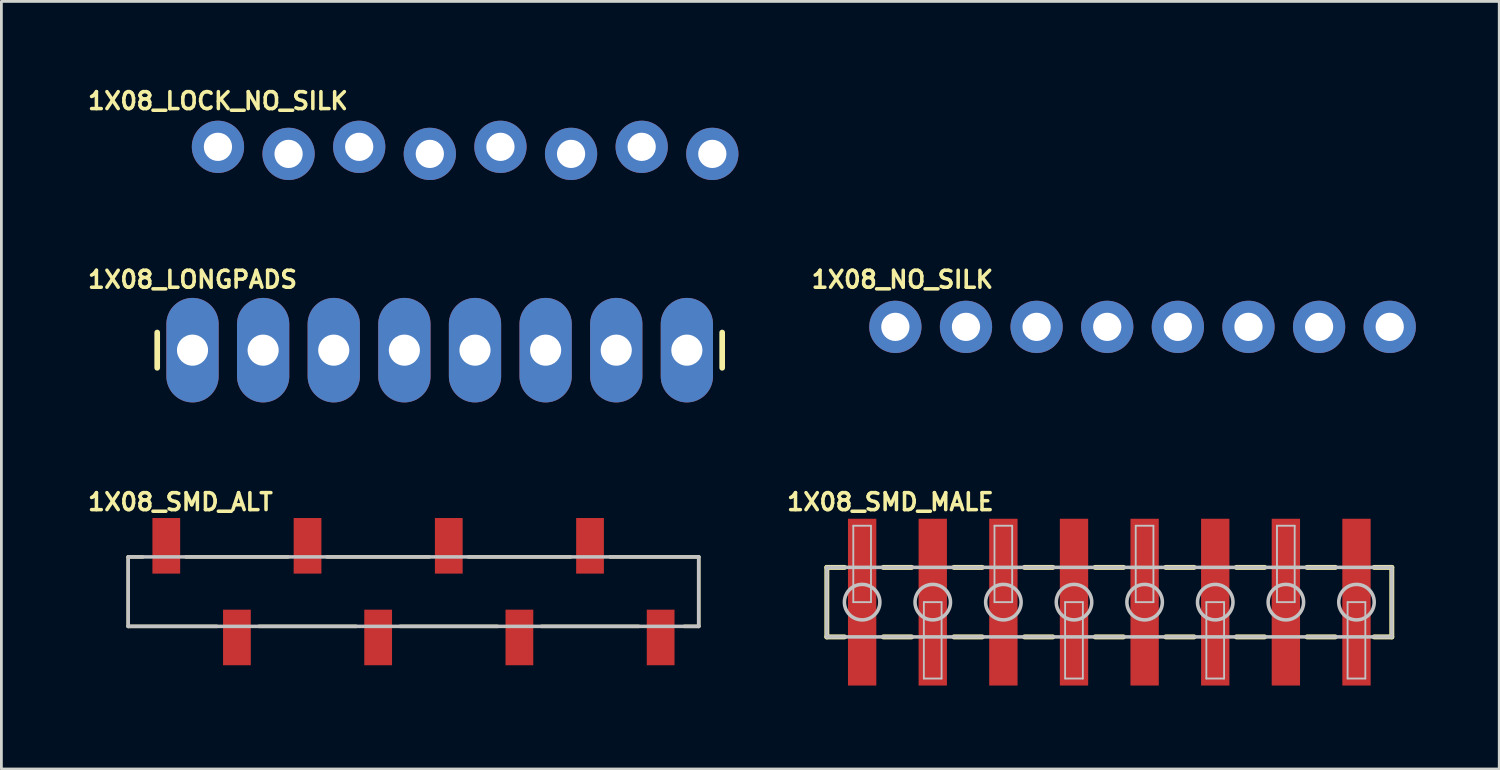
<source format=kicad_pcb>
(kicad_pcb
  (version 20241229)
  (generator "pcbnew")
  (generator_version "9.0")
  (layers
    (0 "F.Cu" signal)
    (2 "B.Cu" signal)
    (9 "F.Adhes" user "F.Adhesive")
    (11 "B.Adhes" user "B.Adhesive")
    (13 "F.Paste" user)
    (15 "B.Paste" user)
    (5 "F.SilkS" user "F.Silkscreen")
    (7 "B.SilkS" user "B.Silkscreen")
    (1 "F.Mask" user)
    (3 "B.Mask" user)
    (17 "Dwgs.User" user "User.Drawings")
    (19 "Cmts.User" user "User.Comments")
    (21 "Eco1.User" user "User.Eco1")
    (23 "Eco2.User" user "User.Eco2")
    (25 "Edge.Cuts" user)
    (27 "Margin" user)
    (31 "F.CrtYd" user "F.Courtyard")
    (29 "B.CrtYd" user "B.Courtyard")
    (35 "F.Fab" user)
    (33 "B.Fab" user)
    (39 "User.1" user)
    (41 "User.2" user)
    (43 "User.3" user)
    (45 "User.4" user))
  (footprint "1X08_SMD_ALT"
    (layer "F.Cu")
    (at 20.711 18.229)
    (property "Reference" "1X08_SMD_ALT" (at -17.272 -3.226 0) (layer "F.SilkS") (effects (font (size 0.61 0.61) (thickness 0.127))))
    (attr smd)
    (fp_line (start -19.149 -1.25) (end -19.149 1.25) (stroke (width 0.127) (type solid)) (layer "F.SilkS"))
    (fp_line (start -19.149 1.25) (end -15.961 1.25) (stroke (width 0.127) (type solid)) (layer "F.SilkS"))
    (fp_line (start -18.628 -1.25) (end -19.149 -1.25) (stroke (width 0.127) (type solid)) (layer "F.SilkS"))
    (fp_line (start -14.45 1.25) (end -10.947 1.25) (stroke (width 0.127) (type solid)) (layer "F.SilkS"))
    (fp_line (start -13.401 -1.25) (end -17.076 -1.25) (stroke (width 0.127) (type solid)) (layer "F.SilkS"))
    (fp_line (start -9.37 1.25) (end -5.867 1.25) (stroke (width 0.127) (type solid)) (layer "F.SilkS"))
    (fp_line (start -8.321 -1.25) (end -11.996 -1.25) (stroke (width 0.127) (type solid)) (layer "F.SilkS"))
    (fp_line (start -4.29 1.25) (end -0.787 1.25) (stroke (width 0.127) (type solid)) (layer "F.SilkS"))
    (fp_line (start -3.241 -1.25) (end -6.916 -1.25) (stroke (width 0.127) (type solid)) (layer "F.SilkS"))
    (fp_line (start 0.848 1.25) (end 1.369 1.25) (stroke (width 0.127) (type solid)) (layer "F.SilkS"))
    (fp_line (start 1.369 -1.25) (end -1.816 -1.25) (stroke (width 0.127) (type solid)) (layer "F.SilkS"))
    (fp_line (start 1.369 1.25) (end 1.369 -1.25) (stroke (width 0.127) (type solid)) (layer "F.SilkS"))
    (fp_line (start -19.149 -1.25) (end -19.149 1.25) (stroke (width 0.127) (type solid)) (layer "Dwgs.User"))
    (fp_line (start -19.149 1.25) (end 1.369 1.25) (stroke (width 0.127) (type solid)) (layer "Dwgs.User"))
    (fp_line (start 1.369 -1.25) (end -19.149 -1.25) (stroke (width 0.127) (type solid)) (layer "Dwgs.User"))
    (fp_line (start 1.369 1.25) (end 1.369 -1.25) (stroke (width 0.127) (type solid)) (layer "Dwgs.User"))
    (pad "1" smd rect (at 0 1.648 270) (size 1.999 0.998) (layers "F.Cu" "F.Mask" "F.Paste"))
    (pad "2" smd rect (at -2.54 -1.648 270) (size 1.999 0.998) (layers "F.Cu" "F.Mask" "F.Paste"))
    (pad "3" smd rect (at -5.08 1.648 270) (size 1.999 0.998) (layers "F.Cu" "F.Mask" "F.Paste"))
    (pad "4" smd rect (at -7.62 -1.648 270) (size 1.999 0.998) (layers "F.Cu" "F.Mask" "F.Paste"))
    (pad "5" smd rect (at -10.16 1.648 270) (size 1.999 0.998) (layers "F.Cu" "F.Mask" "F.Paste"))
    (pad "6" smd rect (at -12.7 -1.648 270) (size 1.999 0.998) (layers "F.Cu" "F.Mask" "F.Paste"))
    (pad "7" smd rect (at -15.24 1.648 270) (size 1.999 0.998) (layers "F.Cu" "F.Mask" "F.Paste"))
    (pad "8" smd rect (at -17.78 -1.648 270) (size 1.999 0.998) (layers "F.Cu" "F.Mask" "F.Paste")))
  (footprint "1X08_LOCK_NO_SILK"
    (layer "F.Cu")
    (at 4.789 2.358)
    (property "Reference" "1X08_LOCK_NO_SILK" (at 0 -1.778 0) (layer "F.SilkS") (effects (font (size 0.61 0.61) (thickness 0.127))))
    (attr exclude_from_pos_files exclude_from_bom)
    (pad "1" thru_hole circle (at 0 -0.127) (size 1.88 1.88) (drill 1.016) (layers "*.Cu" "*.Paste" "*.Mask"))
    (pad "2" thru_hole circle (at 2.54 0.127) (size 1.88 1.88) (drill 1.016) (layers "*.Cu" "*.Paste" "*.Mask"))
    (pad "3" thru_hole circle (at 5.08 -0.127) (size 1.88 1.88) (drill 1.016) (layers "*.Cu" "*.Paste" "*.Mask"))
    (pad "4" thru_hole circle (at 7.62 0.127) (size 1.88 1.88) (drill 1.016) (layers "*.Cu" "*.Paste" "*.Mask"))
    (pad "5" thru_hole circle (at 10.16 -0.127) (size 1.88 1.88) (drill 1.016) (layers "*.Cu" "*.Paste" "*.Mask"))
    (pad "6" thru_hole circle (at 12.7 0.127) (size 1.88 1.88) (drill 1.016) (layers "*.Cu" "*.Paste" "*.Mask"))
    (pad "7" thru_hole circle (at 15.24 -0.127) (size 1.88 1.88) (drill 1.016) (layers "*.Cu" "*.Paste" "*.Mask"))
    (pad "8" thru_hole circle (at 17.78 0.127) (size 1.88 1.88) (drill 1.016) (layers "*.Cu" "*.Paste" "*.Mask")))
  (footprint "1X08_NO_SILK"
    (layer "F.Cu")
    (at 29.153 8.706)
    (property "Reference" "1X08_NO_SILK" (at 0.254 -1.702 0) (layer "F.SilkS") (effects (font (size 0.61 0.61) (thickness 0.127))))
    (attr exclude_from_pos_files exclude_from_bom)
    (fp_line (start -0.254 -0.254) (end 0.254 -0.254) (stroke (width 0.066) (type solid)) (layer "Dwgs.User"))
    (fp_line (start -0.254 0.254) (end -0.254 -0.254) (stroke (width 0.066) (type solid)) (layer "Dwgs.User"))
    (fp_line (start -0.254 0.254) (end 0.254 0.254) (stroke (width 0.066) (type solid)) (layer "Dwgs.User"))
    (fp_line (start 0.254 0.254) (end 0.254 -0.254) (stroke (width 0.066) (type solid)) (layer "Dwgs.User"))
    (fp_line (start 2.286 -0.254) (end 2.794 -0.254) (stroke (width 0.066) (type solid)) (layer "Dwgs.User"))
    (fp_line (start 2.286 0.254) (end 2.286 -0.254) (stroke (width 0.066) (type solid)) (layer "Dwgs.User"))
    (fp_line (start 2.286 0.254) (end 2.794 0.254) (stroke (width 0.066) (type solid)) (layer "Dwgs.User"))
    (fp_line (start 2.794 0.254) (end 2.794 -0.254) (stroke (width 0.066) (type solid)) (layer "Dwgs.User"))
    (fp_line (start 4.826 -0.254) (end 5.334 -0.254) (stroke (width 0.066) (type solid)) (layer "Dwgs.User"))
    (fp_line (start 4.826 0.254) (end 4.826 -0.254) (stroke (width 0.066) (type solid)) (layer "Dwgs.User"))
    (fp_line (start 4.826 0.254) (end 5.334 0.254) (stroke (width 0.066) (type solid)) (layer "Dwgs.User"))
    (fp_line (start 5.334 0.254) (end 5.334 -0.254) (stroke (width 0.066) (type solid)) (layer "Dwgs.User"))
    (fp_line (start 7.366 -0.254) (end 7.874 -0.254) (stroke (width 0.066) (type solid)) (layer "Dwgs.User"))
    (fp_line (start 7.366 0.254) (end 7.366 -0.254) (stroke (width 0.066) (type solid)) (layer "Dwgs.User"))
    (fp_line (start 7.366 0.254) (end 7.874 0.254) (stroke (width 0.066) (type solid)) (layer "Dwgs.User"))
    (fp_line (start 7.874 0.254) (end 7.874 -0.254) (stroke (width 0.066) (type solid)) (layer "Dwgs.User"))
    (fp_line (start 9.906 -0.254) (end 10.414 -0.254) (stroke (width 0.066) (type solid)) (layer "Dwgs.User"))
    (fp_line (start 9.906 0.254) (end 9.906 -0.254) (stroke (width 0.066) (type solid)) (layer "Dwgs.User"))
    (fp_line (start 9.906 0.254) (end 10.414 0.254) (stroke (width 0.066) (type solid)) (layer "Dwgs.User"))
    (fp_line (start 10.414 0.254) (end 10.414 -0.254) (stroke (width 0.066) (type solid)) (layer "Dwgs.User"))
    (fp_line (start 12.446 -0.254) (end 12.954 -0.254) (stroke (width 0.066) (type solid)) (layer "Dwgs.User"))
    (fp_line (start 12.446 0.254) (end 12.446 -0.254) (stroke (width 0.066) (type solid)) (layer "Dwgs.User"))
    (fp_line (start 12.446 0.254) (end 12.954 0.254) (stroke (width 0.066) (type solid)) (layer "Dwgs.User"))
    (fp_line (start 12.954 0.254) (end 12.954 -0.254) (stroke (width 0.066) (type solid)) (layer "Dwgs.User"))
    (fp_line (start 14.986 -0.254) (end 15.494 -0.254) (stroke (width 0.066) (type solid)) (layer "Dwgs.User"))
    (fp_line (start 14.986 0.254) (end 14.986 -0.254) (stroke (width 0.066) (type solid)) (layer "Dwgs.User"))
    (fp_line (start 14.986 0.254) (end 15.494 0.254) (stroke (width 0.066) (type solid)) (layer "Dwgs.User"))
    (fp_line (start 15.494 0.254) (end 15.494 -0.254) (stroke (width 0.066) (type solid)) (layer "Dwgs.User"))
    (fp_line (start 17.523 -0.254) (end 18.034 -0.254) (stroke (width 0.066) (type solid)) (layer "Dwgs.User"))
    (fp_line (start 17.523 0.254) (end 17.523 -0.254) (stroke (width 0.066) (type solid)) (layer "Dwgs.User"))
    (fp_line (start 17.523 0.254) (end 18.034 0.254) (stroke (width 0.066) (type solid)) (layer "Dwgs.User"))
    (fp_line (start 18.034 0.254) (end 18.034 -0.254) (stroke (width 0.066) (type solid)) (layer "Dwgs.User"))
    (pad "1" thru_hole circle (at 0 0) (size 1.88 1.88) (drill 1.016) (layers "*.Cu" "*.Paste" "*.Mask"))
    (pad "2" thru_hole circle (at 2.54 0) (size 1.88 1.88) (drill 1.016) (layers "*.Cu" "*.Paste" "*.Mask"))
    (pad "3" thru_hole circle (at 5.08 0) (size 1.88 1.88) (drill 1.016) (layers "*.Cu" "*.Paste" "*.Mask"))
    (pad "4" thru_hole circle (at 7.62 0) (size 1.88 1.88) (drill 1.016) (layers "*.Cu" "*.Paste" "*.Mask"))
    (pad "5" thru_hole circle (at 10.16 0) (size 1.88 1.88) (drill 1.016) (layers "*.Cu" "*.Paste" "*.Mask"))
    (pad "6" thru_hole circle (at 12.7 0) (size 1.88 1.88) (drill 1.016) (layers "*.Cu" "*.Paste" "*.Mask"))
    (pad "7" thru_hole circle (at 15.24 0) (size 1.88 1.88) (drill 1.016) (layers "*.Cu" "*.Paste" "*.Mask"))
    (pad "8" thru_hole circle (at 17.78 0) (size 1.88 1.88) (drill 1.016) (layers "*.Cu" "*.Paste" "*.Mask")))
  (footprint "1X08_SMD_MALE"
    (layer "F.Cu")
    (at 27.958 18.607)
    (property "Reference" "1X08_SMD_MALE" (at 1.016 -3.604 0) (layer "F.SilkS") (effects (font (size 0.61 0.61) (thickness 0.127))))
    (attr smd)
    (fp_line (start -1.27 -1.25) (end -1.27 1.25) (stroke (width 0.178) (type solid)) (layer "F.SilkS"))
    (fp_line (start -1.27 -1.25) (end -0.635 -1.25) (stroke (width 0.178) (type solid)) (layer "F.SilkS"))
    (fp_line (start -1.27 1.25) (end -0.635 1.25) (stroke (width 0.178) (type solid)) (layer "F.SilkS"))
    (fp_line (start 0.762 -1.25) (end 1.778 -1.25) (stroke (width 0.178) (type solid)) (layer "F.SilkS"))
    (fp_line (start 1.778 1.25) (end 0.762 1.25) (stroke (width 0.178) (type solid)) (layer "F.SilkS"))
    (fp_line (start 3.302 -1.25) (end 4.318 -1.25) (stroke (width 0.178) (type solid)) (layer "F.SilkS"))
    (fp_line (start 4.318 1.25) (end 3.302 1.25) (stroke (width 0.178) (type solid)) (layer "F.SilkS"))
    (fp_line (start 5.842 -1.25) (end 6.858 -1.25) (stroke (width 0.178) (type solid)) (layer "F.SilkS"))
    (fp_line (start 6.858 1.25) (end 5.842 1.25) (stroke (width 0.178) (type solid)) (layer "F.SilkS"))
    (fp_line (start 8.382 -1.25) (end 9.398 -1.25) (stroke (width 0.178) (type solid)) (layer "F.SilkS"))
    (fp_line (start 9.398 1.25) (end 8.382 1.25) (stroke (width 0.178) (type solid)) (layer "F.SilkS"))
    (fp_line (start 10.922 -1.25) (end 11.938 -1.25) (stroke (width 0.178) (type solid)) (layer "F.SilkS"))
    (fp_line (start 11.938 1.25) (end 10.922 1.25) (stroke (width 0.178) (type solid)) (layer "F.SilkS"))
    (fp_line (start 13.462 -1.25) (end 14.475 -1.25) (stroke (width 0.178) (type solid)) (layer "F.SilkS"))
    (fp_line (start 14.475 1.25) (end 13.462 1.25) (stroke (width 0.178) (type solid)) (layer "F.SilkS"))
    (fp_line (start 16.002 -1.25) (end 17.018 -1.25) (stroke (width 0.178) (type solid)) (layer "F.SilkS"))
    (fp_line (start 17.018 1.25) (end 16.002 1.25) (stroke (width 0.178) (type solid)) (layer "F.SilkS"))
    (fp_line (start 19.05 -1.25) (end 18.415 -1.25) (stroke (width 0.178) (type solid)) (layer "F.SilkS"))
    (fp_line (start 19.05 1.25) (end 18.415 1.25) (stroke (width 0.178) (type solid)) (layer "F.SilkS"))
    (fp_line (start 19.05 1.25) (end 19.05 -1.25) (stroke (width 0.178) (type solid)) (layer "F.SilkS"))
    (fp_line (start -1.27 -1.25) (end -1.27 1.25) (stroke (width 0.127) (type solid)) (layer "Dwgs.User"))
    (fp_line (start -1.27 1.25) (end 19.05 1.25) (stroke (width 0.127) (type solid)) (layer "Dwgs.User"))
    (fp_line (start -0.318 -2.748) (end 0.318 -2.748) (stroke (width 0.066) (type solid)) (layer "Dwgs.User"))
    (fp_line (start -0.318 0) (end -0.318 -2.748) (stroke (width 0.066) (type solid)) (layer "Dwgs.User"))
    (fp_line (start -0.318 0) (end 0.318 0) (stroke (width 0.066) (type solid)) (layer "Dwgs.User"))
    (fp_line (start 0.318 0) (end 0.318 -2.748) (stroke (width 0.066) (type solid)) (layer "Dwgs.User"))
    (fp_line (start 2.22 0) (end 2.857 0) (stroke (width 0.066) (type solid)) (layer "Dwgs.User"))
    (fp_line (start 2.22 2.748) (end 2.22 0) (stroke (width 0.066) (type solid)) (layer "Dwgs.User"))
    (fp_line (start 2.22 2.748) (end 2.857 2.748) (stroke (width 0.066) (type solid)) (layer "Dwgs.User"))
    (fp_line (start 2.857 2.748) (end 2.857 0) (stroke (width 0.066) (type solid)) (layer "Dwgs.User"))
    (fp_line (start 4.76 -2.748) (end 5.397 -2.748) (stroke (width 0.066) (type solid)) (layer "Dwgs.User"))
    (fp_line (start 4.76 0) (end 4.76 -2.748) (stroke (width 0.066) (type solid)) (layer "Dwgs.User"))
    (fp_line (start 4.76 0) (end 5.397 0) (stroke (width 0.066) (type solid)) (layer "Dwgs.User"))
    (fp_line (start 5.397 0) (end 5.397 -2.748) (stroke (width 0.066) (type solid)) (layer "Dwgs.User"))
    (fp_line (start 7.3 0) (end 7.938 0) (stroke (width 0.066) (type solid)) (layer "Dwgs.User"))
    (fp_line (start 7.3 2.748) (end 7.3 0) (stroke (width 0.066) (type solid)) (layer "Dwgs.User"))
    (fp_line (start 7.3 2.748) (end 7.938 2.748) (stroke (width 0.066) (type solid)) (layer "Dwgs.User"))
    (fp_line (start 7.938 2.748) (end 7.938 0) (stroke (width 0.066) (type solid)) (layer "Dwgs.User"))
    (fp_line (start 9.84 -2.748) (end 10.477 -2.748) (stroke (width 0.066) (type solid)) (layer "Dwgs.User"))
    (fp_line (start 9.84 0) (end 9.84 -2.748) (stroke (width 0.066) (type solid)) (layer "Dwgs.User"))
    (fp_line (start 9.84 0) (end 10.477 0) (stroke (width 0.066) (type solid)) (layer "Dwgs.User"))
    (fp_line (start 10.477 0) (end 10.477 -2.748) (stroke (width 0.066) (type solid)) (layer "Dwgs.User"))
    (fp_line (start 12.38 0) (end 13.018 0) (stroke (width 0.066) (type solid)) (layer "Dwgs.User"))
    (fp_line (start 12.38 2.748) (end 12.38 0) (stroke (width 0.066) (type solid)) (layer "Dwgs.User"))
    (fp_line (start 12.38 2.748) (end 13.018 2.748) (stroke (width 0.066) (type solid)) (layer "Dwgs.User"))
    (fp_line (start 13.018 2.748) (end 13.018 0) (stroke (width 0.066) (type solid)) (layer "Dwgs.User"))
    (fp_line (start 14.92 -2.748) (end 15.557 -2.748) (stroke (width 0.066) (type solid)) (layer "Dwgs.User"))
    (fp_line (start 14.92 0) (end 14.92 -2.748) (stroke (width 0.066) (type solid)) (layer "Dwgs.User"))
    (fp_line (start 14.92 0) (end 15.557 0) (stroke (width 0.066) (type solid)) (layer "Dwgs.User"))
    (fp_line (start 15.557 0) (end 15.557 -2.748) (stroke (width 0.066) (type solid)) (layer "Dwgs.User"))
    (fp_line (start 17.46 0) (end 18.098 0) (stroke (width 0.066) (type solid)) (layer "Dwgs.User"))
    (fp_line (start 17.46 2.748) (end 17.46 0) (stroke (width 0.066) (type solid)) (layer "Dwgs.User"))
    (fp_line (start 17.46 2.748) (end 18.098 2.748) (stroke (width 0.066) (type solid)) (layer "Dwgs.User"))
    (fp_line (start 18.098 2.748) (end 18.098 0) (stroke (width 0.066) (type solid)) (layer "Dwgs.User"))
    (fp_line (start 19.05 -1.25) (end -1.27 -1.25) (stroke (width 0.127) (type solid)) (layer "Dwgs.User"))
    (fp_line (start 19.05 1.25) (end 19.05 -1.25) (stroke (width 0.127) (type solid)) (layer "Dwgs.User"))
    (fp_circle (center 0 0) (end 0 -0.638) (stroke (width 0.127) (type solid)) (fill no) (layer "Dwgs.User"))
    (fp_circle (center 2.54 0) (end 2.54 -0.638) (stroke (width 0.127) (type solid)) (fill no) (layer "Dwgs.User"))
    (fp_circle (center 5.08 0) (end 5.08 -0.638) (stroke (width 0.127) (type solid)) (fill no) (layer "Dwgs.User"))
    (fp_circle (center 7.62 0) (end 7.62 -0.638) (stroke (width 0.127) (type solid)) (fill no) (layer "Dwgs.User"))
    (fp_circle (center 10.16 0) (end 10.16 -0.638) (stroke (width 0.127) (type solid)) (fill no) (layer "Dwgs.User"))
    (fp_circle (center 12.7 0) (end 12.7 -0.638) (stroke (width 0.127) (type solid)) (fill no) (layer "Dwgs.User"))
    (fp_circle (center 15.24 0) (end 15.24 -0.638) (stroke (width 0.127) (type solid)) (fill no) (layer "Dwgs.User"))
    (fp_circle (center 17.78 0) (end 17.78 -0.638) (stroke (width 0.127) (type solid)) (fill no) (layer "Dwgs.User"))
    (pad "1" smd rect (at 0 0) (size 1.019 5.999) (layers "F.Cu" "F.Mask" "F.Paste"))
    (pad "2" smd rect (at 2.54 0) (size 1.019 5.999) (layers "F.Cu" "F.Mask" "F.Paste"))
    (pad "3" smd rect (at 5.08 0) (size 1.019 5.999) (layers "F.Cu" "F.Mask" "F.Paste"))
    (pad "4" smd rect (at 7.62 0) (size 1.019 5.999) (layers "F.Cu" "F.Mask" "F.Paste"))
    (pad "5" smd rect (at 10.16 0) (size 1.019 5.999) (layers "F.Cu" "F.Mask" "F.Paste"))
    (pad "6" smd rect (at 12.7 0) (size 1.019 5.999) (layers "F.Cu" "F.Mask" "F.Paste"))
    (pad "7" smd rect (at 15.24 0) (size 1.019 5.999) (layers "F.Cu" "F.Mask" "F.Paste"))
    (pad "8" smd rect (at 17.78 0) (size 1.019 5.999) (layers "F.Cu" "F.Mask" "F.Paste")))
  (footprint "1X08_LONGPADS"
    (layer "F.Cu")
    (at 3.874 9.544)
    (property "Reference" "1X08_LONGPADS" (at 0 -2.54 0) (layer "F.SilkS") (effects (font (size 0.61 0.61) (thickness 0.127))))
    (attr exclude_from_pos_files exclude_from_bom)
    (fp_line (start -1.27 -0.635) (end -1.27 0.635) (stroke (width 0.203) (type solid)) (layer "F.SilkS"))
    (fp_line (start 19.05 -0.635) (end 19.05 0.635) (stroke (width 0.203) (type solid)) (layer "F.SilkS"))
    (pad "1" thru_hole oval (at 0 0 180) (size 1.88 3.759) (drill 1.118) (layers "*.Cu" "*.Paste" "*.Mask"))
    (pad "2" thru_hole oval (at 2.54 0 180) (size 1.88 3.759) (drill 1.118) (layers "*.Cu" "*.Paste" "*.Mask"))
    (pad "3" thru_hole oval (at 5.08 0 180) (size 1.88 3.759) (drill 1.118) (layers "*.Cu" "*.Paste" "*.Mask"))
    (pad "4" thru_hole oval (at 7.62 0 180) (size 1.88 3.759) (drill 1.118) (layers "*.Cu" "*.Paste" "*.Mask"))
    (pad "5" thru_hole oval (at 10.16 0 180) (size 1.88 3.759) (drill 1.118) (layers "*.Cu" "*.Paste" "*.Mask"))
    (pad "6" thru_hole oval (at 12.7 0 180) (size 1.88 3.759) (drill 1.118) (layers "*.Cu" "*.Paste" "*.Mask"))
    (pad "7" thru_hole oval (at 15.24 0 180) (size 1.88 3.759) (drill 1.118) (layers "*.Cu" "*.Paste" "*.Mask"))
    (pad "8" thru_hole oval (at 17.78 0 180) (size 1.88 3.759) (drill 1.118) (layers "*.Cu" "*.Paste" "*.Mask")))
  (gr_rect
    (start -3 -3)
    (end 50.872 24.607)
    (stroke (width 0.1) (type default))
    (fill no)
    (layer "Edge.Cuts")))
</source>
